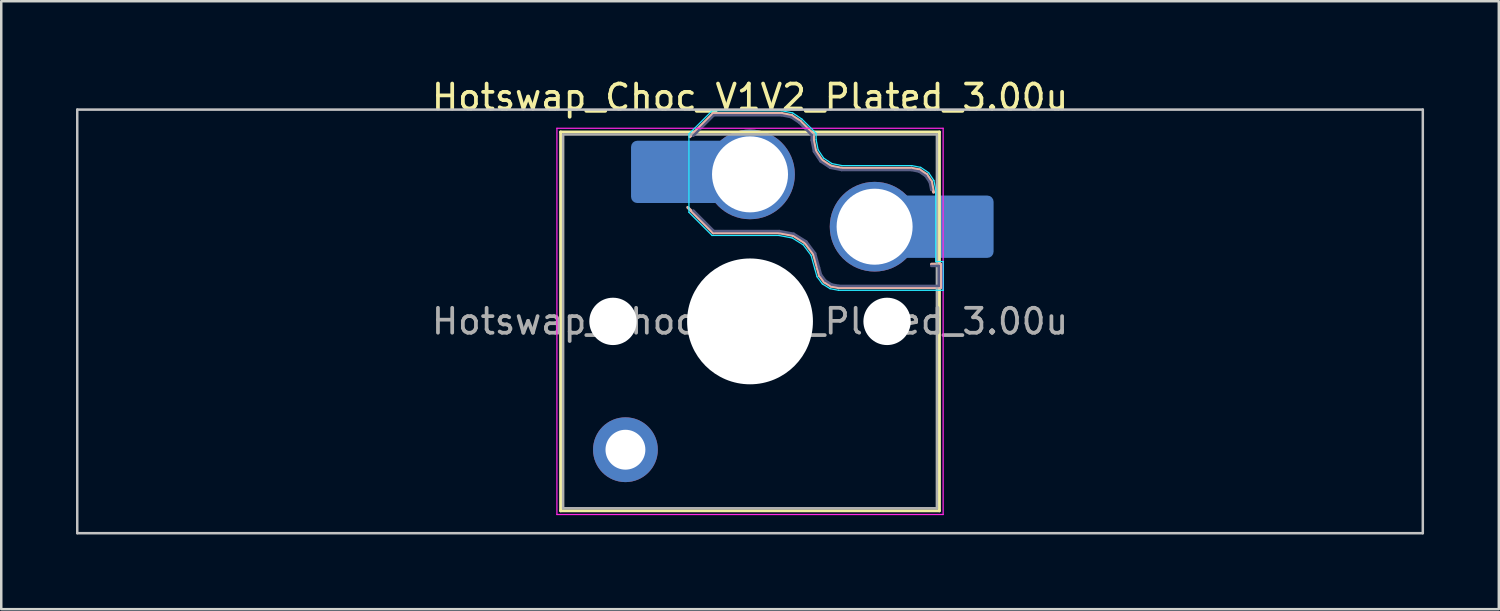
<source format=kicad_pcb>
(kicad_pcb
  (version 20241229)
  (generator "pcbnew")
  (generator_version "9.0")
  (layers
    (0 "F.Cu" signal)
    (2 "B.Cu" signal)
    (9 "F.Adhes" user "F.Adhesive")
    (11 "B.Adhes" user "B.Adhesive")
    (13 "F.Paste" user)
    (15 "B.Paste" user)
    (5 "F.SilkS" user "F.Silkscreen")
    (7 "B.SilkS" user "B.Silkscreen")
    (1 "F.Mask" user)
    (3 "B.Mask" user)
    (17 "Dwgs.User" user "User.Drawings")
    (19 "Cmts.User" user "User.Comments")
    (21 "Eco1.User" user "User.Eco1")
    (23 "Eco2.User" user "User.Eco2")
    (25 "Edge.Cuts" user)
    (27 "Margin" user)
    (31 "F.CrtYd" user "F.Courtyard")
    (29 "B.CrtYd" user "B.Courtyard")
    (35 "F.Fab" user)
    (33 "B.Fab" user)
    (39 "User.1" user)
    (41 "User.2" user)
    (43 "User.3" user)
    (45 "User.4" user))
  (footprint "Hotswap_Choc_V1V2_Plated_3.00u"
    (layer "F.Cu")
    (at 27.05 9.848)
    (property "Reference" "Hotswap_Choc_V1V2_Plated_3.00u" (at 0 -9 0) (layer "F.SilkS") (effects (font (size 1 1) (thickness 0.15))))
    (attr smd allow_soldermask_bridges)
    (fp_line (start -7.6 -7.6) (end -7.6 7.6) (stroke (width 0.12) (type solid)) (layer "F.SilkS"))
    (fp_line (start -7.6 7.6) (end 7.6 7.6) (stroke (width 0.12) (type solid)) (layer "F.SilkS"))
    (fp_line (start 7.6 -7.6) (end -7.6 -7.6) (stroke (width 0.12) (type solid)) (layer "F.SilkS"))
    (fp_line (start 7.6 7.6) (end 7.6 -7.6) (stroke (width 0.12) (type solid)) (layer "F.SilkS"))
    (fp_line (start -2.416 -7.409) (end -1.479 -8.346) (stroke (width 0.12) (type solid)) (layer "B.SilkS"))
    (fp_line (start -1.479 -8.346) (end 1.268 -8.346) (stroke (width 0.12) (type solid)) (layer "B.SilkS"))
    (fp_line (start -1.479 -3.554) (end -2.5 -4.575) (stroke (width 0.12) (type solid)) (layer "B.SilkS"))
    (fp_line (start 1.168 -3.554) (end -1.479 -3.554) (stroke (width 0.12) (type solid)) (layer "B.SilkS"))
    (fp_line (start 1.268 -8.346) (end 1.671 -8.266) (stroke (width 0.12) (type solid)) (layer "B.SilkS"))
    (fp_line (start 1.671 -8.266) (end 2.013 -8.037) (stroke (width 0.12) (type solid)) (layer "B.SilkS"))
    (fp_line (start 1.73 -3.449) (end 1.168 -3.554) (stroke (width 0.12) (type solid)) (layer "B.SilkS"))
    (fp_line (start 2.013 -8.037) (end 2.546 -7.504) (stroke (width 0.12) (type solid)) (layer "B.SilkS"))
    (fp_line (start 2.209 -3.15) (end 1.73 -3.449) (stroke (width 0.12) (type solid)) (layer "B.SilkS"))
    (fp_line (start 2.546 -7.504) (end 2.546 -7.282) (stroke (width 0.12) (type solid)) (layer "B.SilkS"))
    (fp_line (start 2.546 -7.282) (end 2.633 -6.844) (stroke (width 0.12) (type solid)) (layer "B.SilkS"))
    (fp_line (start 2.547 -2.697) (end 2.209 -3.15) (stroke (width 0.12) (type solid)) (layer "B.SilkS"))
    (fp_line (start 2.633 -6.844) (end 2.877 -6.477) (stroke (width 0.12) (type solid)) (layer "B.SilkS"))
    (fp_line (start 2.701 -2.139) (end 2.547 -2.697) (stroke (width 0.12) (type solid)) (layer "B.SilkS"))
    (fp_line (start 2.783 -1.841) (end 2.701 -2.139) (stroke (width 0.12) (type solid)) (layer "B.SilkS"))
    (fp_line (start 2.877 -6.477) (end 3.244 -6.233) (stroke (width 0.12) (type solid)) (layer "B.SilkS"))
    (fp_line (start 2.976 -1.583) (end 2.783 -1.841) (stroke (width 0.12) (type solid)) (layer "B.SilkS"))
    (fp_line (start 3.244 -6.233) (end 3.682 -6.146) (stroke (width 0.12) (type solid)) (layer "B.SilkS"))
    (fp_line (start 3.25 -1.413) (end 2.976 -1.583) (stroke (width 0.12) (type solid)) (layer "B.SilkS"))
    (fp_line (start 3.56 -1.354) (end 3.25 -1.413) (stroke (width 0.12) (type solid)) (layer "B.SilkS"))
    (fp_line (start 3.682 -6.146) (end 6.482 -6.146) (stroke (width 0.12) (type solid)) (layer "B.SilkS"))
    (fp_line (start 6.482 -6.146) (end 6.809 -6.081) (stroke (width 0.12) (type solid)) (layer "B.SilkS"))
    (fp_line (start 6.809 -6.081) (end 7.092 -5.892) (stroke (width 0.12) (type solid)) (layer "B.SilkS"))
    (fp_line (start 7.092 -5.892) (end 7.281 -5.609) (stroke (width 0.12) (type solid)) (layer "B.SilkS"))
    (fp_line (start 7.281 -5.609) (end 7.366 -5.182) (stroke (width 0.12) (type solid)) (layer "B.SilkS"))
    (fp_line (start 7.283 -2.296) (end 7.646 -2.296) (stroke (width 0.12) (type solid)) (layer "B.SilkS"))
    (fp_line (start 7.646 -2.296) (end 7.646 -1.354) (stroke (width 0.12) (type solid)) (layer "B.SilkS"))
    (fp_line (start 7.646 -1.354) (end 3.56 -1.354) (stroke (width 0.12) (type solid)) (layer "B.SilkS"))
    (fp_line (start -27 -8.5) (end -27 8.5) (stroke (width 0.1) (type solid)) (layer "Dwgs.User"))
    (fp_line (start -27 8.5) (end 27 8.5) (stroke (width 0.1) (type solid)) (layer "Dwgs.User"))
    (fp_line (start 27 -8.5) (end -27 -8.5) (stroke (width 0.1) (type solid)) (layer "Dwgs.User"))
    (fp_line (start 27 8.5) (end 27 -8.5) (stroke (width 0.1) (type solid)) (layer "Dwgs.User"))
    (fp_line (start -7.25 -7.25) (end -7.25 7.25) (stroke (width 0.1) (type solid)) (layer "Eco1.User"))
    (fp_line (start -7.25 7.25) (end 7.25 7.25) (stroke (width 0.1) (type solid)) (layer "Eco1.User"))
    (fp_line (start 7.25 -7.25) (end -7.25 -7.25) (stroke (width 0.1) (type solid)) (layer "Eco1.User"))
    (fp_line (start 7.25 7.25) (end 7.25 -7.25) (stroke (width 0.1) (type solid)) (layer "Eco1.User"))
    (fp_line (start -2.452 -7.523) (end -1.523 -8.452) (stroke (width 0.05) (type solid)) (layer "B.CrtYd"))
    (fp_line (start -2.452 -4.377) (end -2.452 -7.523) (stroke (width 0.05) (type solid)) (layer "B.CrtYd"))
    (fp_line (start -1.523 -8.452) (end 1.278 -8.452) (stroke (width 0.05) (type solid)) (layer "B.CrtYd"))
    (fp_line (start -1.523 -3.448) (end -2.452 -4.377) (stroke (width 0.05) (type solid)) (layer "B.CrtYd"))
    (fp_line (start 1.159 -3.448) (end -1.523 -3.448) (stroke (width 0.05) (type solid)) (layer "B.CrtYd"))
    (fp_line (start 1.278 -8.452) (end 1.712 -8.366) (stroke (width 0.05) (type solid)) (layer "B.CrtYd"))
    (fp_line (start 1.691 -3.348) (end 1.159 -3.448) (stroke (width 0.05) (type solid)) (layer "B.CrtYd"))
    (fp_line (start 1.712 -8.366) (end 2.081 -8.119) (stroke (width 0.05) (type solid)) (layer "B.CrtYd"))
    (fp_line (start 2.081 -8.119) (end 2.652 -7.548) (stroke (width 0.05) (type solid)) (layer "B.CrtYd"))
    (fp_line (start 2.136 -3.071) (end 1.691 -3.348) (stroke (width 0.05) (type solid)) (layer "B.CrtYd"))
    (fp_line (start 2.45 -2.65) (end 2.136 -3.071) (stroke (width 0.05) (type solid)) (layer "B.CrtYd"))
    (fp_line (start 2.599 -2.111) (end 2.45 -2.65) (stroke (width 0.05) (type solid)) (layer "B.CrtYd"))
    (fp_line (start 2.652 -7.548) (end 2.652 -7.292) (stroke (width 0.05) (type solid)) (layer "B.CrtYd"))
    (fp_line (start 2.652 -7.292) (end 2.733 -6.885) (stroke (width 0.05) (type solid)) (layer "B.CrtYd"))
    (fp_line (start 2.687 -1.794) (end 2.599 -2.111) (stroke (width 0.05) (type solid)) (layer "B.CrtYd"))
    (fp_line (start 2.733 -6.885) (end 2.953 -6.553) (stroke (width 0.05) (type solid)) (layer "B.CrtYd"))
    (fp_line (start 2.903 -1.503) (end 2.687 -1.794) (stroke (width 0.05) (type solid)) (layer "B.CrtYd"))
    (fp_line (start 2.953 -6.553) (end 3.285 -6.333) (stroke (width 0.05) (type solid)) (layer "B.CrtYd"))
    (fp_line (start 3.211 -1.312) (end 2.903 -1.503) (stroke (width 0.05) (type solid)) (layer "B.CrtYd"))
    (fp_line (start 3.285 -6.333) (end 3.692 -6.252) (stroke (width 0.05) (type solid)) (layer "B.CrtYd"))
    (fp_line (start 3.55 -1.248) (end 3.211 -1.312) (stroke (width 0.05) (type solid)) (layer "B.CrtYd"))
    (fp_line (start 3.692 -6.252) (end 6.492 -6.252) (stroke (width 0.05) (type solid)) (layer "B.CrtYd"))
    (fp_line (start 6.492 -6.252) (end 6.85 -6.181) (stroke (width 0.05) (type solid)) (layer "B.CrtYd"))
    (fp_line (start 6.85 -6.181) (end 7.168 -5.968) (stroke (width 0.05) (type solid)) (layer "B.CrtYd"))
    (fp_line (start 7.168 -5.968) (end 7.381 -5.65) (stroke (width 0.05) (type solid)) (layer "B.CrtYd"))
    (fp_line (start 7.381 -5.65) (end 7.452 -5.292) (stroke (width 0.05) (type solid)) (layer "B.CrtYd"))
    (fp_line (start 7.452 -5.292) (end 7.452 -2.402) (stroke (width 0.05) (type solid)) (layer "B.CrtYd"))
    (fp_line (start 7.452 -2.402) (end 7.752 -2.402) (stroke (width 0.05) (type solid)) (layer "B.CrtYd"))
    (fp_line (start 7.752 -2.402) (end 7.752 -1.248) (stroke (width 0.05) (type solid)) (layer "B.CrtYd"))
    (fp_line (start 7.752 -1.248) (end 3.55 -1.248) (stroke (width 0.05) (type solid)) (layer "B.CrtYd"))
    (fp_line (start -7.75 -7.75) (end -7.75 7.75) (stroke (width 0.05) (type solid)) (layer "F.CrtYd"))
    (fp_line (start -7.75 7.75) (end 7.75 7.75) (stroke (width 0.05) (type solid)) (layer "F.CrtYd"))
    (fp_line (start 7.75 -7.75) (end -7.75 -7.75) (stroke (width 0.05) (type solid)) (layer "F.CrtYd"))
    (fp_line (start 7.75 7.75) (end 7.75 -7.75) (stroke (width 0.05) (type solid)) (layer "F.CrtYd"))
    (fp_line (start -2.275 -7.45) (end -1.45 -8.275) (stroke (width 0.1) (type solid)) (layer "B.Fab"))
    (fp_line (start -1.45 -8.275) (end 1.261 -8.275) (stroke (width 0.1) (type solid)) (layer "B.Fab"))
    (fp_line (start -1.45 -3.625) (end -2.275 -4.45) (stroke (width 0.1) (type solid)) (layer "B.Fab"))
    (fp_line (start 1.175 -3.625) (end -1.45 -3.625) (stroke (width 0.1) (type solid)) (layer "B.Fab"))
    (fp_line (start 1.261 -8.275) (end 1.643 -8.199) (stroke (width 0.1) (type solid)) (layer "B.Fab"))
    (fp_line (start 1.643 -8.199) (end 1.968 -7.982) (stroke (width 0.1) (type solid)) (layer "B.Fab"))
    (fp_line (start 1.756 -3.516) (end 1.175 -3.625) (stroke (width 0.1) (type solid)) (layer "B.Fab"))
    (fp_line (start 1.968 -7.982) (end 2.475 -7.475) (stroke (width 0.1) (type solid)) (layer "B.Fab"))
    (fp_line (start 2.258 -3.203) (end 1.756 -3.516) (stroke (width 0.1) (type solid)) (layer "B.Fab"))
    (fp_line (start 2.475 -7.475) (end 2.475 -7.275) (stroke (width 0.1) (type solid)) (layer "B.Fab"))
    (fp_line (start 2.475 -7.275) (end 2.566 -6.816) (stroke (width 0.1) (type solid)) (layer "B.Fab"))
    (fp_line (start 2.566 -6.816) (end 2.826 -6.426) (stroke (width 0.1) (type solid)) (layer "B.Fab"))
    (fp_line (start 2.612 -2.729) (end 2.258 -3.203) (stroke (width 0.1) (type solid)) (layer "B.Fab"))
    (fp_line (start 2.769 -2.158) (end 2.612 -2.729) (stroke (width 0.1) (type solid)) (layer "B.Fab"))
    (fp_line (start 2.826 -6.426) (end 3.216 -6.166) (stroke (width 0.1) (type solid)) (layer "B.Fab"))
    (fp_line (start 2.848 -1.873) (end 2.769 -2.158) (stroke (width 0.1) (type solid)) (layer "B.Fab"))
    (fp_line (start 3.025 -1.636) (end 2.848 -1.873) (stroke (width 0.1) (type solid)) (layer "B.Fab"))
    (fp_line (start 3.216 -6.166) (end 3.675 -6.075) (stroke (width 0.1) (type solid)) (layer "B.Fab"))
    (fp_line (start 3.276 -1.48) (end 3.025 -1.636) (stroke (width 0.1) (type solid)) (layer "B.Fab"))
    (fp_line (start 3.567 -1.425) (end 3.276 -1.48) (stroke (width 0.1) (type solid)) (layer "B.Fab"))
    (fp_line (start 3.675 -6.075) (end 6.475 -6.075) (stroke (width 0.1) (type solid)) (layer "B.Fab"))
    (fp_line (start 6.475 -6.075) (end 6.781 -6.014) (stroke (width 0.1) (type solid)) (layer "B.Fab"))
    (fp_line (start 6.781 -6.014) (end 7.041 -5.841) (stroke (width 0.1) (type solid)) (layer "B.Fab"))
    (fp_line (start 7.041 -5.841) (end 7.214 -5.581) (stroke (width 0.1) (type solid)) (layer "B.Fab"))
    (fp_line (start 7.214 -5.581) (end 7.275 -5.275) (stroke (width 0.1) (type solid)) (layer "B.Fab"))
    (fp_line (start 7.275 -2.225) (end 7.575 -2.225) (stroke (width 0.1) (type solid)) (layer "B.Fab"))
    (fp_line (start 7.575 -2.225) (end 7.575 -1.425) (stroke (width 0.1) (type solid)) (layer "B.Fab"))
    (fp_line (start 7.575 -1.425) (end 3.567 -1.425) (stroke (width 0.1) (type solid)) (layer "B.Fab"))
    (fp_line (start -7.5 -7.5) (end -7.5 7.5) (stroke (width 0.1) (type solid)) (layer "F.Fab"))
    (fp_line (start -7.5 7.5) (end 7.5 7.5) (stroke (width 0.1) (type solid)) (layer "F.Fab"))
    (fp_line (start 7.5 -7.5) (end -7.5 -7.5) (stroke (width 0.1) (type solid)) (layer "F.Fab"))
    (fp_line (start 7.5 7.5) (end 7.5 -7.5) (stroke (width 0.1) (type solid)) (layer "F.Fab"))
    (fp_text user "${REFERENCE}" (at 0 0 0) (layer "F.Fab") (effects (font (size 1 1) (thickness 0.15))))
    (pad "" np_thru_hole circle (at -5.5 0) (size 1.9 1.9) (drill 1.9) (layers "*.Cu" "*.Mask"))
    (pad "" thru_hole circle (at -5 5.15) (size 2.6 2.6) (drill 1.6) (layers "*.Cu" "*.Mask"))
    (pad "" smd roundrect (at -3.5 -6) (size 2.55 2.5) (layers "B.Mask" "B.Paste") (roundrect_rratio 0.1))
    (pad "" np_thru_hole circle (at 0 0) (size 5.05 5.05) (drill 5.05) (layers "*.Cu" "*.Mask"))
    (pad "" np_thru_hole circle (at 5.5 0) (size 1.9 1.9) (drill 1.9) (layers "*.Cu" "*.Mask"))
    (pad "" smd roundrect (at 8.5 -3.8) (size 2.55 2.5) (layers "B.Mask" "B.Paste") (roundrect_rratio 0.1))
    (pad "1" smd roundrect (at -2.85 -6) (size 3.85 2.5) (layers "B.Cu") (roundrect_rratio 0.1))
    (pad "1" thru_hole circle (at 0 -5.9) (size 3.6 3.6) (drill 3.05) (layers "*.Cu" "*.Mask"))
    (pad "2" thru_hole circle (at 5 -3.8) (size 3.6 3.6) (drill 3.05) (layers "*.Cu" "*.Mask"))
    (pad "2" smd roundrect (at 7.85 -3.8) (size 3.85 2.5) (layers "B.Cu") (roundrect_rratio 0.1)))
  (gr_rect
    (start -3 -3)
    (end 57.1 21.398)
    (stroke (width 0.1) (type default))
    (fill no)
    (layer "Edge.Cuts")))
</source>
